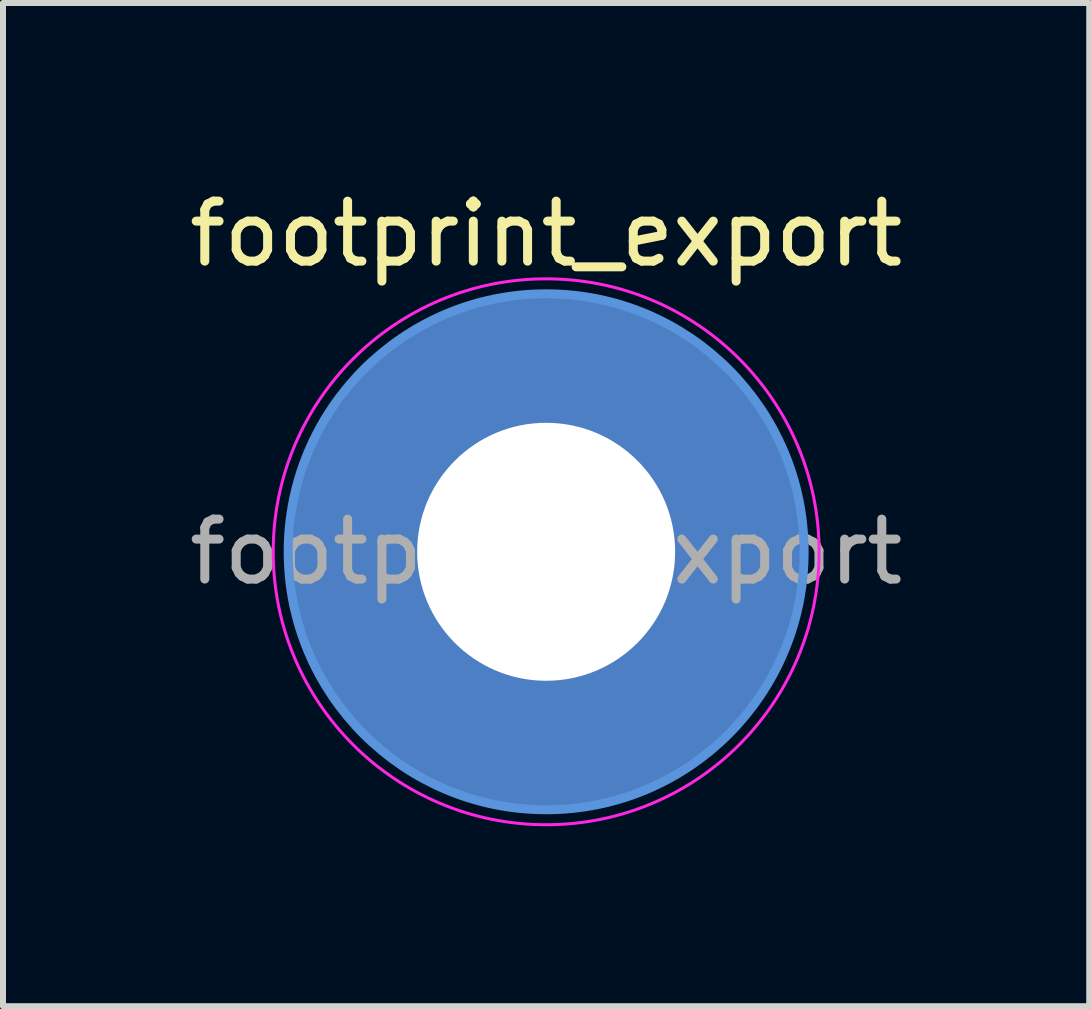
<source format=kicad_pcb>
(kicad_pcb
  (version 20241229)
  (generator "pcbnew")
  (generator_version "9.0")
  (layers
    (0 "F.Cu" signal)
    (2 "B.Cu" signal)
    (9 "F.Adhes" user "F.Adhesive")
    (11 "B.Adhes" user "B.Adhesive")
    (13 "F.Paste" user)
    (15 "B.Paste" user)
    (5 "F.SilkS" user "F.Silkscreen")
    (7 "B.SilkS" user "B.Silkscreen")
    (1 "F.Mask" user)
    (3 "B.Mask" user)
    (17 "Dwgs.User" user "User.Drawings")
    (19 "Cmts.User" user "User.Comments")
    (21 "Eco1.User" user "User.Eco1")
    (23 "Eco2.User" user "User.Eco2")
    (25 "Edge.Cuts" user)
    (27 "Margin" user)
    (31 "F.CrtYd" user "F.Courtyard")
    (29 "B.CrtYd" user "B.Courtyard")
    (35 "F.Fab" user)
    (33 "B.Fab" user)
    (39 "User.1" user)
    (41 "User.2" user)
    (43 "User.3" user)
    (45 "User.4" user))
  (footprint "footprint_export"
    (layer "F.Cu")
    (at 6.054 6.148)
    (property "Reference" "footprint_export" (at 0 -5.3 0) (layer "F.SilkS") (effects (font (size 1 1) (thickness 0.15))))
    (attr exclude_from_pos_files exclude_from_bom)
    (fp_circle (center 0 0) (end 4.3 0) (stroke (width 0.15) (type solid)) (fill no) (layer "Cmts.User"))
    (fp_circle (center 0 0) (end 4.55 0) (stroke (width 0.05) (type solid)) (fill no) (layer "F.CrtYd"))
    (fp_text user "${REFERENCE}" (at 0 0 0) (layer "F.Fab") (effects (font (size 1 1) (thickness 0.15))))
    (pad "1" thru_hole circle (at 0 0) (size 4.7 4.7) (drill 4.3) (layers "*.Cu" "*.Mask"))
    (pad "1" connect circle (at 0 0) (size 8.6 8.6) (layers "F.Cu" "F.Mask"))
    (pad "1" connect circle (at 0 0) (size 8.6 8.6) (layers "B.Cu" "B.Mask")))
  (gr_rect
    (start -3 -3)
    (end 15.107 13.723)
    (stroke (width 0.1) (type default))
    (fill no)
    (layer "Edge.Cuts")))
</source>
